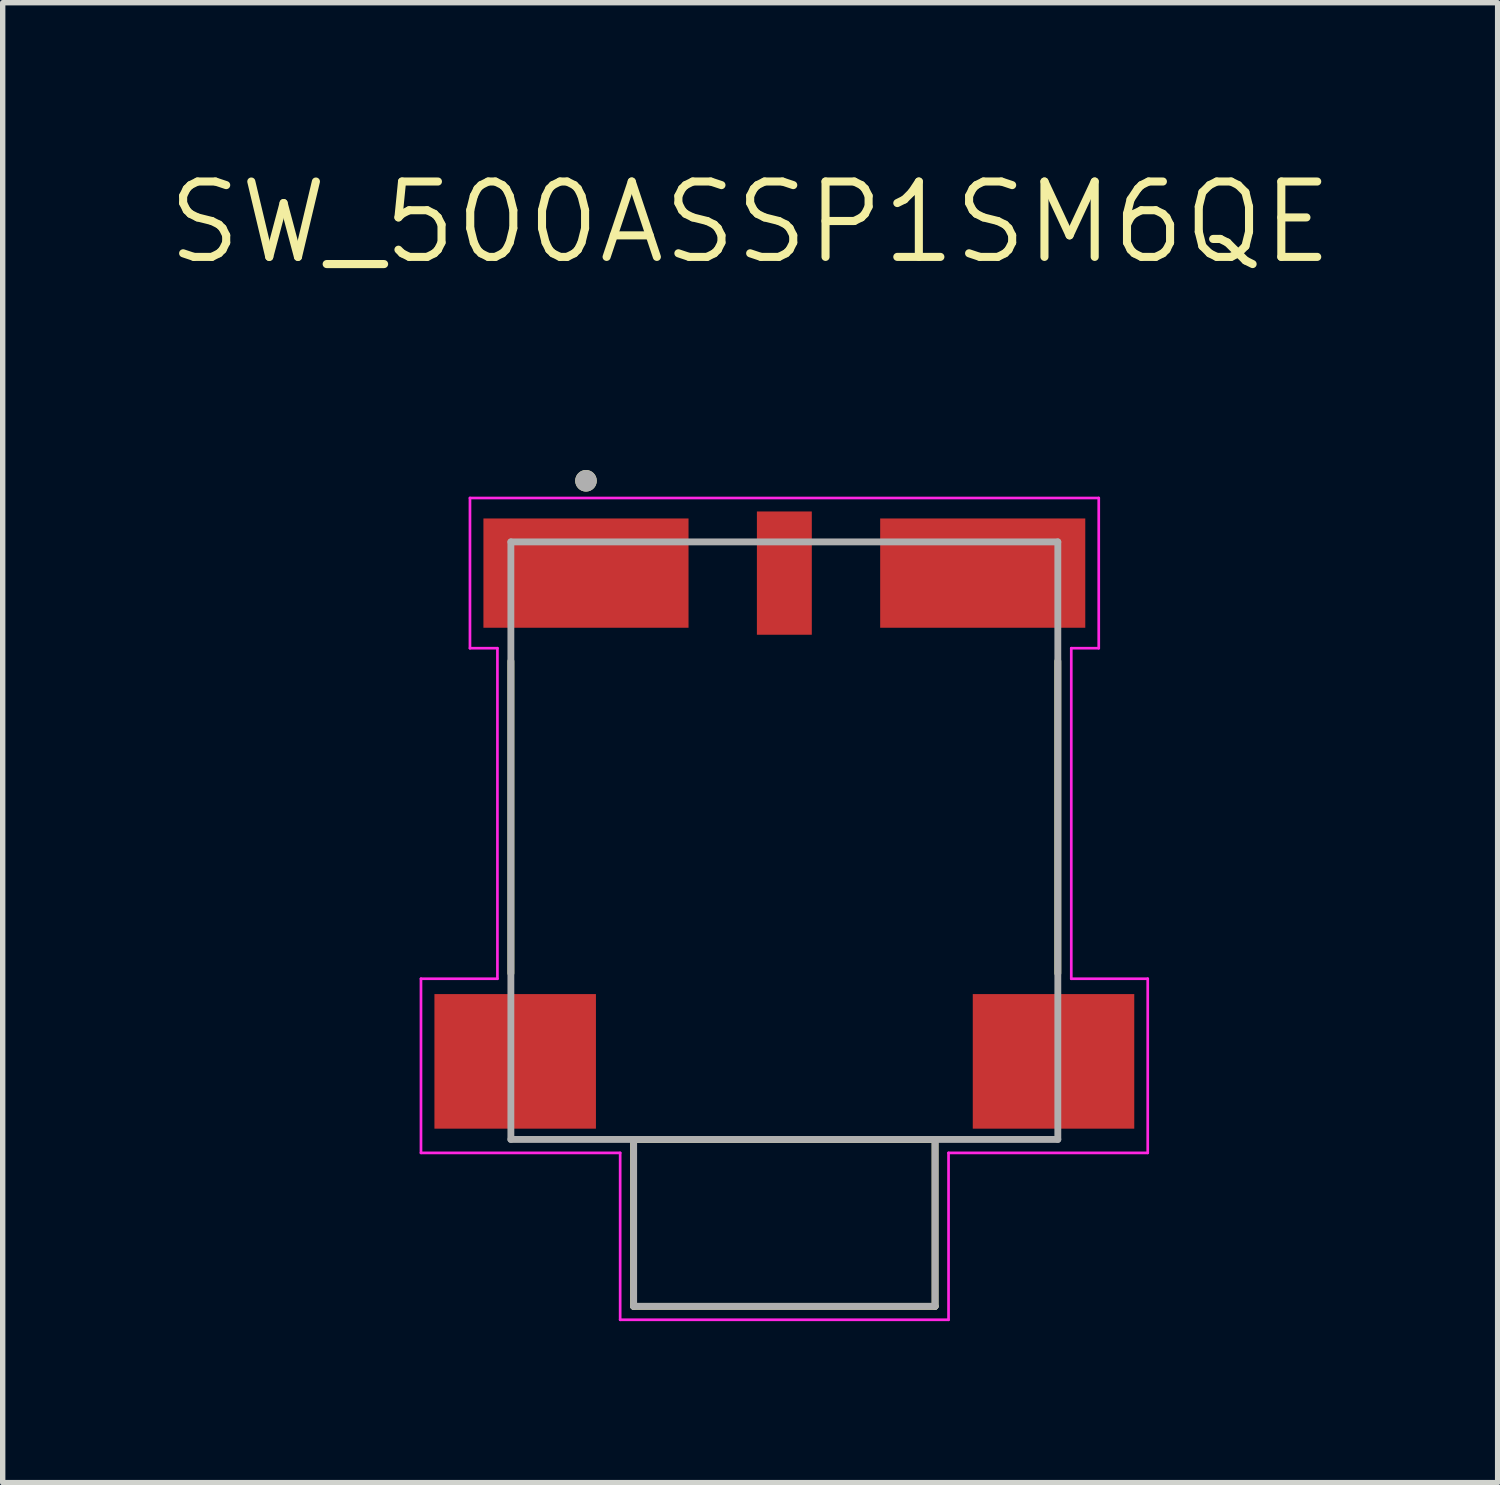
<source format=kicad_pcb>
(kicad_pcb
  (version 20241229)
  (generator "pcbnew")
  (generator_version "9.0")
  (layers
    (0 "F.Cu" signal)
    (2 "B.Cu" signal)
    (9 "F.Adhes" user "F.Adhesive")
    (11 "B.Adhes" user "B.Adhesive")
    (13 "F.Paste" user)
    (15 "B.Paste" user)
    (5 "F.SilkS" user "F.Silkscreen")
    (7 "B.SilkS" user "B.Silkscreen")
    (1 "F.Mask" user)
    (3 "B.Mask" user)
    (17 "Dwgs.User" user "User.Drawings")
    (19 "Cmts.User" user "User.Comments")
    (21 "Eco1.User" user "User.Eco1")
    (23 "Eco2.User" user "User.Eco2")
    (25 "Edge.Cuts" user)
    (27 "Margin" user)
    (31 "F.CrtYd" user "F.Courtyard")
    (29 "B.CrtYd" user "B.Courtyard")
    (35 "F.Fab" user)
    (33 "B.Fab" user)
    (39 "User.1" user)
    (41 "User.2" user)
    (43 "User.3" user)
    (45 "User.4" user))
  (footprint "SW_500ASSP1SM6QE"
    (layer "F.Cu")
    (at 11.52 12.131)
    (property "Reference" "SW_500ASSP1SM6QE" (at -0.635 -11.049 0) (layer "F.SilkS") (effects (font (size 1.4 1.4) (thickness 0.15))))
    (attr smd)
    (fp_line (start -5.08 -2.899) (end -5.08 2.899) (stroke (width 0.127) (type solid)) (layer "F.SilkS"))
    (fp_line (start -2.8 5.985) (end -2.8 9.085) (stroke (width 0.127) (type solid)) (layer "F.SilkS"))
    (fp_line (start -2.8 5.985) (end 2.8 5.985) (stroke (width 0.127) (type solid)) (layer "F.SilkS"))
    (fp_line (start -2.8 9.085) (end 2.8 9.085) (stroke (width 0.127) (type solid)) (layer "F.SilkS"))
    (fp_line (start 2.8 9.085) (end 2.8 5.985) (stroke (width 0.127) (type solid)) (layer "F.SilkS"))
    (fp_line (start 5.08 -2.899) (end 5.08 2.899) (stroke (width 0.127) (type solid)) (layer "F.SilkS"))
    (fp_circle (center -3.685 -6.25) (end -3.585 -6.25) (stroke (width 0.2) (type solid)) (fill no) (layer "F.SilkS"))
    (fp_line (start -6.75 3) (end -5.33 3) (stroke (width 0.05) (type solid)) (layer "F.CrtYd"))
    (fp_line (start -6.75 6.235) (end -6.75 3) (stroke (width 0.05) (type solid)) (layer "F.CrtYd"))
    (fp_line (start -5.84 -5.93) (end 5.84 -5.93) (stroke (width 0.05) (type solid)) (layer "F.CrtYd"))
    (fp_line (start -5.84 -3.14) (end -5.84 -5.93) (stroke (width 0.05) (type solid)) (layer "F.CrtYd"))
    (fp_line (start -5.33 -3.14) (end -5.84 -3.14) (stroke (width 0.05) (type solid)) (layer "F.CrtYd"))
    (fp_line (start -5.33 3) (end -5.33 -3.14) (stroke (width 0.05) (type solid)) (layer "F.CrtYd"))
    (fp_line (start -3.05 6.235) (end -6.75 6.235) (stroke (width 0.05) (type solid)) (layer "F.CrtYd"))
    (fp_line (start -3.05 9.335) (end -3.05 6.235) (stroke (width 0.05) (type solid)) (layer "F.CrtYd"))
    (fp_line (start 3.05 6.235) (end 3.05 9.335) (stroke (width 0.05) (type solid)) (layer "F.CrtYd"))
    (fp_line (start 3.05 9.335) (end -3.05 9.335) (stroke (width 0.05) (type solid)) (layer "F.CrtYd"))
    (fp_line (start 5.33 -3.14) (end 5.33 3) (stroke (width 0.05) (type solid)) (layer "F.CrtYd"))
    (fp_line (start 5.33 3) (end 6.75 3) (stroke (width 0.05) (type solid)) (layer "F.CrtYd"))
    (fp_line (start 5.84 -5.93) (end 5.84 -3.14) (stroke (width 0.05) (type solid)) (layer "F.CrtYd"))
    (fp_line (start 5.84 -3.14) (end 5.33 -3.14) (stroke (width 0.05) (type solid)) (layer "F.CrtYd"))
    (fp_line (start 6.75 3) (end 6.75 6.235) (stroke (width 0.05) (type solid)) (layer "F.CrtYd"))
    (fp_line (start 6.75 6.235) (end 3.05 6.235) (stroke (width 0.05) (type solid)) (layer "F.CrtYd"))
    (fp_line (start -5.08 -5.115) (end -5.08 5.985) (stroke (width 0.127) (type solid)) (layer "F.Fab"))
    (fp_line (start -5.08 5.985) (end -2.8 5.985) (stroke (width 0.127) (type solid)) (layer "F.Fab"))
    (fp_line (start -2.8 5.985) (end -2.8 9.085) (stroke (width 0.127) (type solid)) (layer "F.Fab"))
    (fp_line (start -2.8 5.985) (end 2.8 5.985) (stroke (width 0.127) (type solid)) (layer "F.Fab"))
    (fp_line (start -2.8 9.085) (end 2.8 9.085) (stroke (width 0.127) (type solid)) (layer "F.Fab"))
    (fp_line (start 2.8 5.985) (end 5.08 5.985) (stroke (width 0.127) (type solid)) (layer "F.Fab"))
    (fp_line (start 2.8 9.085) (end 2.8 5.985) (stroke (width 0.127) (type solid)) (layer "F.Fab"))
    (fp_line (start 5.08 -5.115) (end -5.08 -5.115) (stroke (width 0.127) (type solid)) (layer "F.Fab"))
    (fp_line (start 5.08 5.985) (end 5.08 -5.115) (stroke (width 0.127) (type solid)) (layer "F.Fab"))
    (fp_circle (center -3.685 -6.25) (end -3.585 -6.25) (stroke (width 0.2) (type solid)) (fill no) (layer "F.Fab"))
    (pad "1" smd rect (at -3.685 -4.535) (size 3.81 2.03) (layers "F.Cu" "F.Mask" "F.Paste"))
    (pad "2" smd rect (at 0 -4.535) (size 1.02 2.29) (layers "F.Cu" "F.Mask" "F.Paste"))
    (pad "3" smd rect (at 3.685 -4.535) (size 3.81 2.03) (layers "F.Cu" "F.Mask" "F.Paste"))
    (pad "S1" smd rect (at -5 4.535) (size 3 2.5) (layers "F.Cu" "F.Mask" "F.Paste"))
    (pad "S2" smd rect (at 5 4.535) (size 3 2.5) (layers "F.Cu" "F.Mask" "F.Paste")))
  (gr_rect
    (start -3 -3)
    (end 24.77 24.491)
    (stroke (width 0.1) (type default))
    (fill no)
    (layer "Edge.Cuts")))
</source>
